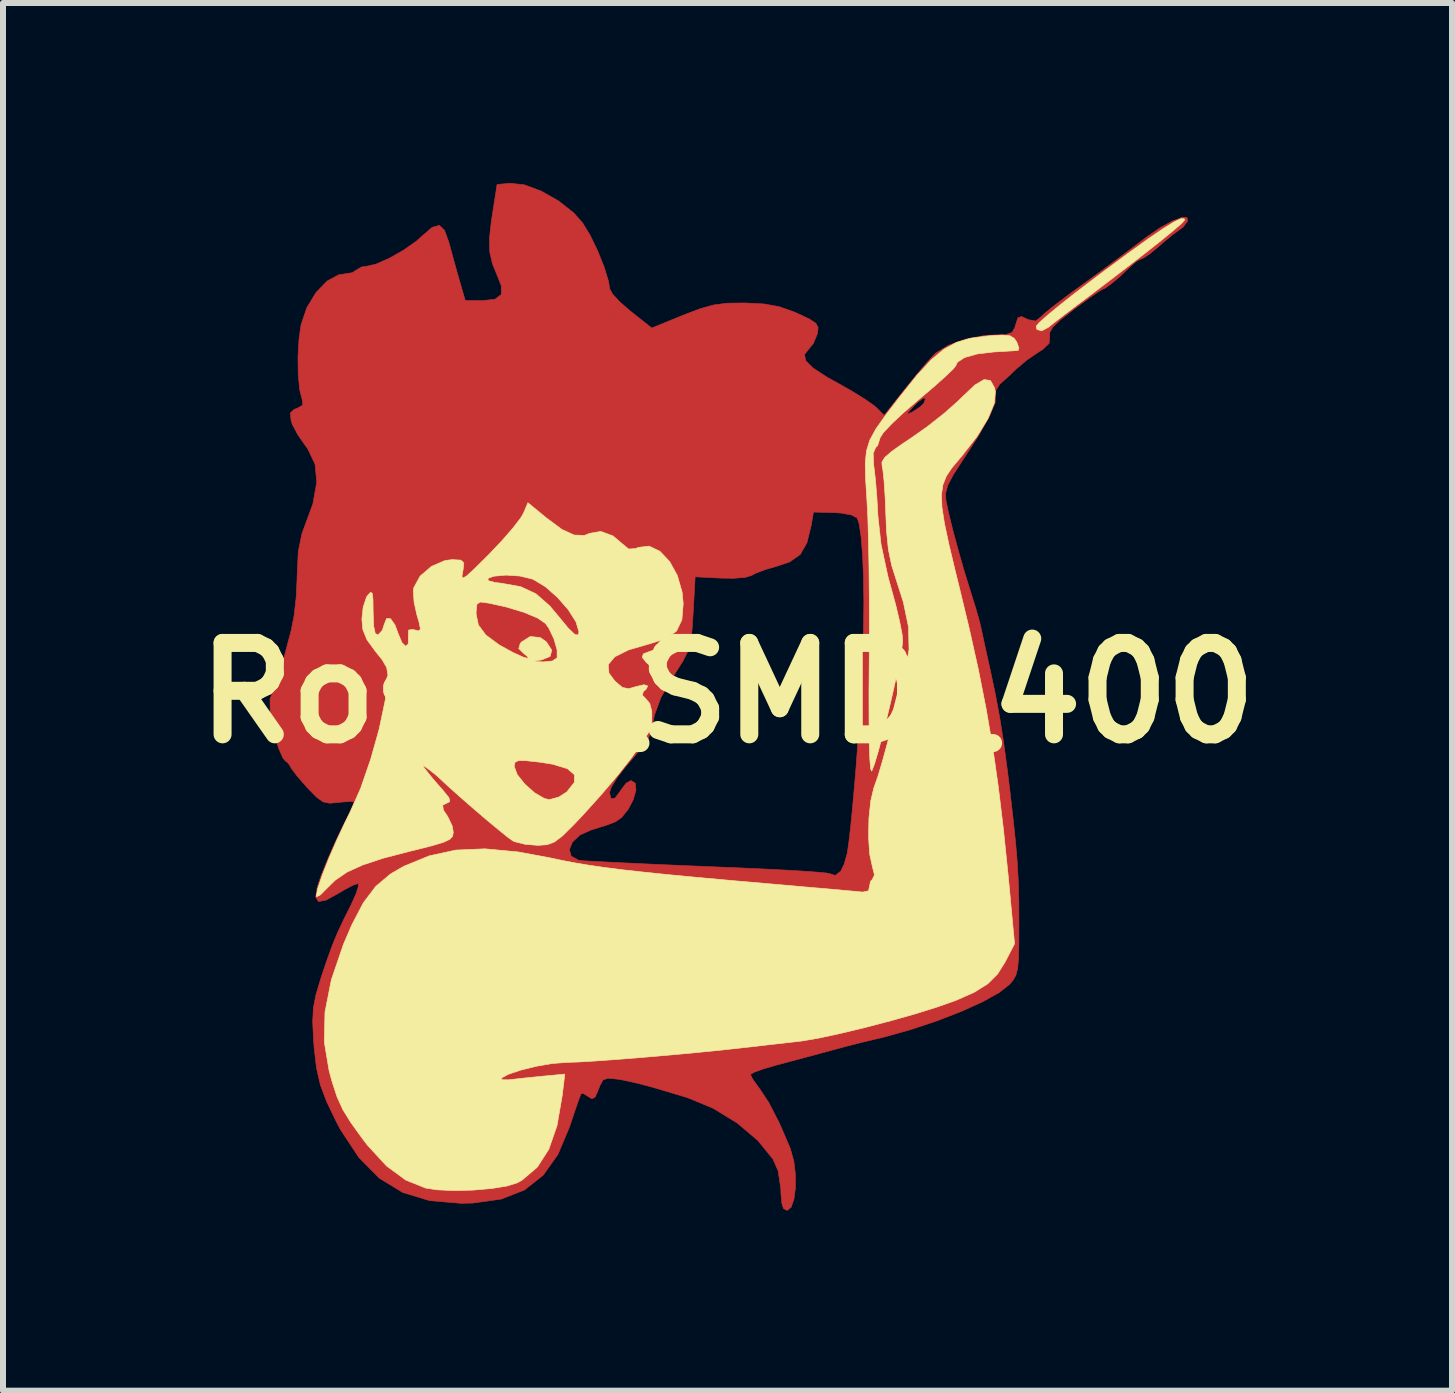
<source format=kicad_pcb>
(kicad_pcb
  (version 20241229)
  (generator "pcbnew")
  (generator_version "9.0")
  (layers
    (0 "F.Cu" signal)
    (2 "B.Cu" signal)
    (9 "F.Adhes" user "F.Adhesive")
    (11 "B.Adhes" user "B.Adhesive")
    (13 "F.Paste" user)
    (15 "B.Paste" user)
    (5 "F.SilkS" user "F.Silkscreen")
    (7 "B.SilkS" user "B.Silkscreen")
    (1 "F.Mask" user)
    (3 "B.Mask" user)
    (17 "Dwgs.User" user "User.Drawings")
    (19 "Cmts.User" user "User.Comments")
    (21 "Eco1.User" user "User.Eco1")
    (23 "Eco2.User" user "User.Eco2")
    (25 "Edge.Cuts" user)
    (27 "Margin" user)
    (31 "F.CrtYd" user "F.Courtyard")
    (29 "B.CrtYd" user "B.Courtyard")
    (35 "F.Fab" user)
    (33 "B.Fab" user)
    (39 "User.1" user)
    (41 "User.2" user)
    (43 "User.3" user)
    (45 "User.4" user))
  (footprint "Rosie_SMD_400"
    (layer "F.Cu")
    (at 9.079 8.503)
    (property "Reference" "Rosie_SMD_400" (at 0 0 0) (layer "F.SilkS") (effects (font (size 1.524 1.524) (thickness 0.3))))
    (attr through_hole)
    (fp_poly (pts (xy -3.387 -8.472) (xy -3.106 -8.367) (xy -2.82 -8.205) (xy -2.568 -8.007) (xy -2.416 -7.837) (xy -2.29 -7.629) (xy -2.164 -7.368) (xy -2.056 -7.098) (xy -1.984 -6.861) (xy -1.965 -6.737) (xy -1.916 -6.649) (xy -1.791 -6.515) (xy -1.617 -6.364) (xy -1.612 -6.36) (xy -1.263 -6.084) (xy -0.743 -6.297) (xy -0.457 -6.406) (xy -0.23 -6.469) (xy -0.006 -6.498) (xy 0.27 -6.502) (xy 0.286 -6.502) (xy 0.606 -6.486) (xy 0.858 -6.441) (xy 1.103 -6.355) (xy 1.166 -6.328) (xy 1.367 -6.233) (xy 1.473 -6.163) (xy 1.51 -6.092) (xy 1.499 -5.997) (xy 1.496 -5.985) (xy 1.431 -5.828) (xy 1.356 -5.736) (xy 1.283 -5.643) (xy 1.304 -5.539) (xy 1.427 -5.416) (xy 1.658 -5.265) (xy 1.825 -5.173) (xy 2.072 -5.033) (xy 2.289 -4.899) (xy 2.442 -4.792) (xy 2.479 -4.76) (xy 2.611 -4.628) (xy 2.627 -4.648) (xy 3 -4.648) (xy 3.072 -4.68) (xy 3.092 -4.691) (xy 3.217 -4.773) (xy 3.273 -4.831) (xy 3.304 -4.912) (xy 3.262 -4.915) (xy 3.169 -4.847) (xy 3.106 -4.785) (xy 3.011 -4.678) (xy 3 -4.648) (xy 2.627 -4.648) (xy 2.979 -5.092) (xy 3.156 -5.311) (xy 3.317 -5.501) (xy 3.437 -5.633) (xy 3.47 -5.666) (xy 3.683 -5.797) (xy 3.972 -5.9) (xy 4.289 -5.96) (xy 4.452 -5.969) (xy 4.641 -5.976) (xy 4.74 -6.009) (xy 4.788 -6.086) (xy 4.8 -6.128) (xy 4.841 -6.254) (xy 4.902 -6.276) (xy 5.014 -6.224) (xy 5.137 -6.201) (xy 5.208 -6.256) (xy 5.292 -6.333) (xy 5.452 -6.462) (xy 5.662 -6.621) (xy 5.791 -6.716) (xy 6.065 -6.914) (xy 6.279 -7.07) (xy 6.472 -7.213) (xy 6.684 -7.372) (xy 6.954 -7.576) (xy 6.985 -7.6) (xy 7.205 -7.751) (xy 7.405 -7.862) (xy 7.563 -7.924) (xy 7.658 -7.928) (xy 7.672 -7.872) (xy 7.598 -7.771) (xy 7.531 -7.72) (xy 7.416 -7.637) (xy 7.259 -7.507) (xy 7.189 -7.445) (xy 7.043 -7.324) (xy 6.932 -7.25) (xy 6.9 -7.239) (xy 6.818 -7.198) (xy 6.703 -7.098) (xy 6.701 -7.096) (xy 6.55 -6.951) (xy 6.401 -6.825) (xy 6.288 -6.745) (xy 6.253 -6.731) (xy 6.191 -6.695) (xy 6.053 -6.601) (xy 5.864 -6.464) (xy 5.779 -6.401) (xy 5.558 -6.228) (xy 5.427 -6.104) (xy 5.371 -6.01) (xy 5.371 -5.94) (xy 5.362 -5.83) (xy 5.259 -5.73) (xy 5.194 -5.689) (xy 4.998 -5.557) (xy 4.818 -5.406) (xy 4.816 -5.404) (xy 4.673 -5.268) (xy 4.55 -5.159) (xy 4.542 -5.153) (xy 4.472 -5.046) (xy 4.472 -4.975) (xy 4.462 -4.842) (xy 4.369 -4.618) (xy 4.193 -4.304) (xy 3.935 -3.903) (xy 3.922 -3.883) (xy 3.764 -3.639) (xy 3.673 -3.466) (xy 3.636 -3.334) (xy 3.64 -3.216) (xy 3.683 -3.009) (xy 3.755 -2.717) (xy 3.847 -2.377) (xy 3.948 -2.024) (xy 4.05 -1.695) (xy 4.06 -1.663) (xy 4.132 -1.433) (xy 4.19 -1.234) (xy 4.218 -1.123) (xy 4.244 -1.002) (xy 4.289 -0.793) (xy 4.347 -0.53) (xy 4.38 -0.381) (xy 4.465 0.02) (xy 4.537 0.407) (xy 4.602 0.818) (xy 4.666 1.295) (xy 4.702 1.587) (xy 4.759 2.079) (xy 4.801 2.479) (xy 4.83 2.82) (xy 4.847 3.135) (xy 4.856 3.459) (xy 4.858 3.824) (xy 4.858 3.852) (xy 4.857 4.194) (xy 4.851 4.433) (xy 4.836 4.595) (xy 4.808 4.704) (xy 4.764 4.784) (xy 4.699 4.86) (xy 4.699 4.86) (xy 4.528 4.995) (xy 4.256 5.146) (xy 3.906 5.305) (xy 3.503 5.462) (xy 3.07 5.607) (xy 2.63 5.731) (xy 2.413 5.783) (xy 2.241 5.824) (xy 1.997 5.886) (xy 1.732 5.957) (xy 1.714 5.962) (xy 1.405 6.046) (xy 1.069 6.136) (xy 0.81 6.205) (xy 0.598 6.267) (xy 0.445 6.322) (xy 0.381 6.36) (xy 0.381 6.361) (xy 0.417 6.434) (xy 0.506 6.559) (xy 0.525 6.583) (xy 0.686 6.826) (xy 0.863 7.168) (xy 1.043 7.586) (xy 1.046 7.595) (xy 1.105 7.802) (xy 1.132 8.029) (xy 1.132 8.25) (xy 1.107 8.44) (xy 1.06 8.573) (xy 0.994 8.626) (xy 0.933 8.595) (xy 0.906 8.51) (xy 0.891 8.347) (xy 0.889 8.268) (xy 0.844 7.968) (xy 0.758 7.772) (xy 0.506 7.461) (xy 0.162 7.17) (xy -0.24 6.924) (xy -0.665 6.747) (xy -0.699 6.737) (xy -0.897 6.678) (xy -1.138 6.606) (xy -1.238 6.576) (xy -1.485 6.51) (xy -1.734 6.455) (xy -1.817 6.44) (xy -1.985 6.422) (xy -2.074 6.449) (xy -2.128 6.546) (xy -2.15 6.605) (xy -2.207 6.737) (xy -2.262 6.765) (xy -2.319 6.73) (xy -2.407 6.675) (xy -2.438 6.674) (xy -2.466 6.742) (xy -2.523 6.902) (xy -2.598 7.125) (xy -2.636 7.239) (xy -2.828 7.694) (xy -3.074 8.04) (xy -3.386 8.286) (xy -3.775 8.438) (xy -4.251 8.504) (xy -4.441 8.508) (xy -4.964 8.464) (xy -5.415 8.327) (xy -5.805 8.089) (xy -6.146 7.744) (xy -6.45 7.284) (xy -6.524 7.144) (xy -6.684 6.811) (xy -6.789 6.531) (xy -6.853 6.249) (xy -6.892 5.913) (xy -6.902 5.777) (xy -6.916 5.479) (xy -6.904 5.248) (xy -6.86 5.024) (xy -6.777 4.748) (xy -6.771 4.729) (xy -6.668 4.424) (xy -6.583 4.193) (xy -6.499 3.99) (xy -6.395 3.769) (xy -6.28 3.54) (xy -6.196 3.355) (xy -6.153 3.223) (xy -6.161 3.175) (xy -6.249 3.207) (xy -6.399 3.287) (xy -6.484 3.338) (xy -6.693 3.453) (xy -6.818 3.477) (xy -6.866 3.405) (xy -6.839 3.233) (xy -6.771 3.033) (xy -6.656 2.749) (xy -6.595 2.611) (xy -2.637 2.611) (xy -2.606 2.721) (xy -2.483 2.788) (xy -2.413 2.797) (xy -2.1 2.814) (xy -1.8 2.829) (xy -1.486 2.844) (xy -1.134 2.86) (xy -0.718 2.878) (xy -0.213 2.899) (xy 0.085 2.911) (xy 0.52 2.93) (xy 0.912 2.95) (xy 1.243 2.969) (xy 1.496 2.987) (xy 1.654 3.002) (xy 1.699 3.011) (xy 1.798 3.042) (xy 1.889 2.969) (xy 1.944 2.855) (xy 1.993 2.684) (xy 1.997 2.667) (xy 2.02 2.509) (xy 2.05 2.254) (xy 2.082 1.934) (xy 2.114 1.58) (xy 2.144 1.221) (xy 2.168 0.89) (xy 2.181 0.667) (xy 2.19 0.49) (xy 2.205 0.218) (xy 2.222 -0.117) (xy 2.242 -0.483) (xy 2.25 -0.638) (xy 2.267 -1.075) (xy 2.273 -1.511) (xy 2.267 -1.925) (xy 2.252 -2.296) (xy 2.227 -2.6) (xy 2.195 -2.817) (xy 2.162 -2.916) (xy 2.07 -2.967) (xy 1.887 -3) (xy 1.773 -3.007) (xy 1.433 -3.016) (xy 1.395 -2.794) (xy 1.323 -2.503) (xy 1.212 -2.309) (xy 1.037 -2.186) (xy 0.83 -2.116) (xy 0.624 -2.056) (xy 0.463 -1.994) (xy 0.404 -1.961) (xy 0.298 -1.928) (xy 0.104 -1.912) (xy -0.109 -1.915) (xy -0.54 -1.937) (xy -0.573 -1.333) (xy -0.592 -1.048) (xy -0.618 -0.846) (xy -0.665 -0.687) (xy -0.746 -0.528) (xy -0.875 -0.325) (xy -0.901 -0.286) (xy -1.111 0.076) (xy -1.221 0.374) (xy -1.233 0.439) (xy -1.274 0.635) (xy -1.332 0.789) (xy -1.353 0.82) (xy -1.437 0.92) (xy -1.573 1.08) (xy -1.702 1.231) (xy -1.841 1.411) (xy -1.938 1.569) (xy -1.968 1.66) (xy -1.943 1.763) (xy -1.878 1.755) (xy -1.79 1.64) (xy -1.778 1.619) (xy -1.689 1.503) (xy -1.609 1.46) (xy -1.536 1.506) (xy -1.527 1.622) (xy -1.571 1.776) (xy -1.655 1.938) (xy -1.767 2.076) (xy -1.868 2.147) (xy -2.015 2.203) (xy -2.212 2.265) (xy -2.26 2.278) (xy -2.457 2.365) (xy -2.585 2.484) (xy -2.637 2.611) (xy -6.595 2.611) (xy -6.516 2.435) (xy -6.422 2.239) (xy -6.323 2.04) (xy -6.252 1.889) (xy -6.223 1.818) (xy -6.223 1.818) (xy -6.279 1.808) (xy -6.419 1.817) (xy -6.485 1.825) (xy -6.633 1.838) (xy -6.742 1.815) (xy -6.851 1.737) (xy -7 1.585) (xy -7.025 1.558) (xy -7.168 1.394) (xy -7.268 1.263) (xy -7.303 1.199) (xy -7.351 1.144) (xy -7.363 1.143) (xy -7.41 1.087) (xy -7.476 0.94) (xy -7.546 0.736) (xy -7.624 0.383) (xy -7.627 0.101) (xy -7.555 -0.093) (xy -7.551 -0.098) (xy -7.504 -0.198) (xy -7.451 -0.366) (xy -7.438 -0.415) (xy -7.386 -0.622) (xy -7.318 -0.88) (xy -7.276 -1.035) (xy -7.227 -1.283) (xy -7.191 -1.595) (xy -7.176 -1.908) (xy -7.176 -1.942) (xy -7.156 -2.356) (xy -7.096 -2.655) (xy -7.073 -2.717) (xy -6.913 -3.151) (xy -6.848 -3.513) (xy -6.877 -3.816) (xy -7 -4.074) (xy -7.034 -4.119) (xy -7.162 -4.302) (xy -7.255 -4.477) (xy -7.275 -4.537) (xy -7.289 -4.667) (xy -7.224 -4.729) (xy -7.18 -4.743) (xy -7.082 -4.798) (xy -7.089 -4.882) (xy -7.132 -5.052) (xy -7.157 -5.305) (xy -7.161 -5.601) (xy -7.144 -5.898) (xy -7.11 -6.139) (xy -7.013 -6.424) (xy -6.861 -6.675) (xy -6.675 -6.867) (xy -6.479 -6.973) (xy -6.393 -6.985) (xy -6.256 -7.007) (xy -6.191 -7.049) (xy -6.102 -7.102) (xy -6.027 -7.112) (xy -5.862 -7.149) (xy -5.641 -7.246) (xy -5.403 -7.381) (xy -5.189 -7.531) (xy -5.093 -7.617) (xy -4.924 -7.762) (xy -4.804 -7.796) (xy -4.718 -7.713) (xy -4.645 -7.51) (xy -4.645 -7.509) (xy -4.577 -7.259) (xy -4.499 -6.98) (xy -4.469 -6.874) (xy -4.372 -6.541) (xy -4.089 -6.541) (xy -3.875 -6.564) (xy -3.772 -6.643) (xy -3.772 -6.789) (xy -3.83 -6.938) (xy -3.919 -7.155) (xy -3.964 -7.354) (xy -3.969 -7.58) (xy -3.936 -7.875) (xy -3.921 -7.969) (xy -3.842 -8.477) (xy -3.626 -8.498) (xy -3.387 -8.472)) (stroke (width 0.01) (type solid)) (fill yes) (layer "F.Cu"))
    (fp_poly (pts (xy 6.668 -7.017) (xy 6.636 -6.985) (xy 6.604 -7.017) (xy 6.636 -7.048) (xy 6.668 -7.017)) (stroke (width 0.01) (type solid)) (fill yes) (layer "F.Mask"))
    (fp_poly (pts (xy 7.239 -7.461) (xy 7.207 -7.429) (xy 7.176 -7.461) (xy 7.207 -7.493) (xy 7.239 -7.461)) (stroke (width 0.01) (type solid)) (fill yes) (layer "F.Mask"))
    (fp_poly (pts (xy -1.387 -6.126) (xy -1.306 -6.031) (xy -1.31 -5.925) (xy -1.397 -5.798) (xy -1.538 -5.748) (xy -1.65 -5.778) (xy -1.709 -5.876) (xy -1.695 -6.008) (xy -1.622 -6.115) (xy -1.556 -6.144) (xy -1.387 -6.126)) (stroke (width 0.01) (type solid)) (fill yes) (layer "F.Mask"))
    (fp_poly (pts (xy -2.988 -5.617) (xy -2.945 -5.529) (xy -3.019 -5.41) (xy -3.045 -5.387) (xy -3.2 -5.292) (xy -3.315 -5.279) (xy -3.365 -5.35) (xy -3.365 -5.361) (xy -3.325 -5.549) (xy -3.207 -5.643) (xy -3.14 -5.652) (xy -2.988 -5.617)) (stroke (width 0.01) (type solid)) (fill yes) (layer "F.Mask"))
    (fp_poly (pts (xy -6.588 -1.796) (xy -6.49 -1.714) (xy -6.422 -1.601) (xy -6.413 -1.551) (xy -6.455 -1.474) (xy -6.544 -1.47) (xy -6.629 -1.534) (xy -6.648 -1.572) (xy -6.693 -1.688) (xy -6.71 -1.726) (xy -6.69 -1.794) (xy -6.674 -1.806) (xy -6.588 -1.796)) (stroke (width 0.01) (type solid)) (fill yes) (layer "F.Mask"))
    (fp_poly (pts (xy -4.302 -6.107) (xy -4.258 -6.006) (xy -4.255 -5.946) (xy -4.305 -5.778) (xy -4.428 -5.674) (xy -4.586 -5.649) (xy -4.736 -5.719) (xy -4.764 -5.748) (xy -4.819 -5.835) (xy -4.819 -5.864) (xy -4.573 -6.037) (xy -4.404 -6.117) (xy -4.302 -6.107)) (stroke (width 0.01) (type solid)) (fill yes) (layer "F.Mask"))
    (fp_poly (pts (xy -2.773 -7.925) (xy -2.662 -7.816) (xy -2.627 -7.658) (xy -2.667 -7.524) (xy -2.798 -7.341) (xy -2.928 -7.285) (xy -3.061 -7.354) (xy -3.107 -7.406) (xy -3.221 -7.609) (xy -3.213 -7.775) (xy -3.104 -7.897) (xy -2.93 -7.961) (xy -2.773 -7.925)) (stroke (width 0.01) (type solid)) (fill yes) (layer "F.Mask"))
    (fp_poly (pts (xy 1.134 -5.881) (xy 1.167 -5.796) (xy 1.119 -5.629) (xy 1.109 -5.603) (xy 1.037 -5.451) (xy 0.979 -5.41) (xy 0.908 -5.473) (xy 0.864 -5.534) (xy 0.81 -5.69) (xy 0.851 -5.826) (xy 0.969 -5.901) (xy 1.014 -5.905) (xy 1.134 -5.881)) (stroke (width 0.01) (type solid)) (fill yes) (layer "F.Mask"))
    (fp_poly (pts (xy -6.313 -3.796) (xy -6.158 -3.676) (xy -6.122 -3.522) (xy -6.209 -3.35) (xy -6.228 -3.328) (xy -6.372 -3.204) (xy -6.485 -3.191) (xy -6.592 -3.287) (xy -6.606 -3.305) (xy -6.679 -3.482) (xy -6.664 -3.647) (xy -6.579 -3.771) (xy -6.442 -3.824) (xy -6.313 -3.796)) (stroke (width 0.01) (type solid)) (fill yes) (layer "F.Mask"))
    (fp_poly (pts (xy -5.797 -4.657) (xy -5.676 -4.548) (xy -5.654 -4.398) (xy -5.743 -4.236) (xy -5.794 -4.187) (xy -5.957 -4.083) (xy -6.078 -4.085) (xy -6.144 -4.143) (xy -6.253 -4.341) (xy -6.266 -4.516) (xy -6.189 -4.644) (xy -6.027 -4.699) (xy -6.007 -4.699) (xy -5.797 -4.657)) (stroke (width 0.01) (type solid)) (fill yes) (layer "F.Mask"))
    (fp_poly (pts (xy -5.464 -3.946) (xy -5.354 -3.817) (xy -5.31 -3.657) (xy -5.334 -3.555) (xy -5.448 -3.454) (xy -5.612 -3.421) (xy -5.776 -3.452) (xy -5.888 -3.548) (xy -5.899 -3.572) (xy -5.903 -3.741) (xy -5.818 -3.895) (xy -5.674 -3.989) (xy -5.611 -3.999) (xy -5.464 -3.946)) (stroke (width 0.01) (type solid)) (fill yes) (layer "F.Mask"))
    (fp_poly (pts (xy -4.724 -4.462) (xy -4.699 -4.442) (xy -4.54 -4.316) (xy -4.731 -4.158) (xy -4.917 -4.033) (xy -5.053 -4.016) (xy -5.157 -4.109) (xy -5.192 -4.175) (xy -5.238 -4.307) (xy -5.203 -4.395) (xy -5.129 -4.458) (xy -4.985 -4.549) (xy -4.868 -4.551) (xy -4.724 -4.462)) (stroke (width 0.01) (type solid)) (fill yes) (layer "F.Mask"))
    (fp_poly (pts (xy -3.702 -5.258) (xy -3.631 -5.212) (xy -3.619 -5.151) (xy -3.674 -5.026) (xy -3.809 -4.91) (xy -3.979 -4.836) (xy -4.062 -4.826) (xy -4.17 -4.87) (xy -4.191 -4.948) (xy -4.164 -5.142) (xy -4.068 -5.241) (xy -3.878 -5.27) (xy -3.867 -5.271) (xy -3.702 -5.258)) (stroke (width 0.01) (type solid)) (fill yes) (layer "F.Mask"))
    (fp_poly (pts (xy -3.623 -8.075) (xy -3.594 -8.033) (xy -3.526 -7.908) (xy -3.537 -7.811) (xy -3.594 -7.715) (xy -3.72 -7.583) (xy -3.841 -7.564) (xy -3.895 -7.599) (xy -3.926 -7.688) (xy -3.937 -7.816) (xy -3.912 -8.043) (xy -3.843 -8.167) (xy -3.743 -8.18) (xy -3.623 -8.075)) (stroke (width 0.01) (type solid)) (fill yes) (layer "F.Mask"))
    (fp_poly (pts (xy -5.504 -5.35) (xy -5.474 -5.321) (xy -5.404 -5.182) (xy -5.414 -5.022) (xy -5.489 -4.888) (xy -5.615 -4.826) (xy -5.628 -4.826) (xy -5.733 -4.867) (xy -5.805 -4.925) (xy -5.863 -5.002) (xy -5.85 -5.083) (xy -5.766 -5.211) (xy -5.655 -5.347) (xy -5.579 -5.39) (xy -5.504 -5.35)) (stroke (width 0.01) (type solid)) (fill yes) (layer "F.Mask"))
    (fp_poly (pts (xy -4.717 -5.367) (xy -4.57 -5.272) (xy -4.513 -5.195) (xy -4.454 -5.065) (xy -4.472 -4.974) (xy -4.536 -4.894) (xy -4.645 -4.797) (xy -4.76 -4.777) (xy -4.899 -4.805) (xy -4.981 -4.883) (xy -5.031 -5.032) (xy -5.041 -5.197) (xy -4.999 -5.321) (xy -4.875 -5.388) (xy -4.717 -5.367)) (stroke (width 0.01) (type solid)) (fill yes) (layer "F.Mask"))
    (fp_poly (pts (xy -0.378 -6.341) (xy -0.289 -6.291) (xy -0.302 -6.209) (xy -0.383 -6.087) (xy -0.396 -6.071) (xy -0.503 -5.967) (xy -0.589 -5.949) (xy -0.714 -6.005) (xy -0.837 -6.089) (xy -0.889 -6.158) (xy -0.889 -6.159) (xy -0.833 -6.243) (xy -0.698 -6.309) (xy -0.531 -6.345) (xy -0.378 -6.341)) (stroke (width 0.01) (type solid)) (fill yes) (layer "F.Mask"))
    (fp_poly (pts (xy -2.357 -6.258) (xy -2.256 -6.198) (xy -2.127 -6.058) (xy -2.088 -5.892) (xy -2.138 -5.74) (xy -2.258 -5.65) (xy -2.381 -5.604) (xy -2.447 -5.599) (xy -2.52 -5.635) (xy -2.556 -5.657) (xy -2.645 -5.773) (xy -2.661 -5.942) (xy -2.604 -6.112) (xy -2.542 -6.19) (xy -2.443 -6.264) (xy -2.357 -6.258)) (stroke (width 0.01) (type solid)) (fill yes) (layer "F.Mask"))
    (fp_poly (pts (xy -2.267 -7.094) (xy -2.177 -7.003) (xy -2.107 -6.841) (xy -2.073 -6.662) (xy -2.091 -6.521) (xy -2.105 -6.497) (xy -2.219 -6.432) (xy -2.372 -6.414) (xy -2.492 -6.45) (xy -2.498 -6.456) (xy -2.536 -6.564) (xy -2.536 -6.735) (xy -2.502 -6.91) (xy -2.454 -7.015) (xy -2.343 -7.096) (xy -2.267 -7.094)) (stroke (width 0.01) (type solid)) (fill yes) (layer "F.Mask"))
    (fp_poly (pts (xy -0.623 -5.821) (xy -0.534 -5.753) (xy -0.532 -5.75) (xy -0.538 -5.63) (xy -0.606 -5.478) (xy -0.705 -5.344) (xy -0.806 -5.276) (xy -0.823 -5.274) (xy -0.947 -5.311) (xy -1.064 -5.377) (xy -1.186 -5.501) (xy -1.183 -5.625) (xy -1.09 -5.737) (xy -0.951 -5.811) (xy -0.778 -5.84) (xy -0.623 -5.821)) (stroke (width 0.01) (type solid)) (fill yes) (layer "F.Mask"))
    (fp_poly (pts (xy 0.322 -6.12) (xy 0.368 -6.083) (xy 0.44 -5.933) (xy 0.428 -5.75) (xy 0.342 -5.593) (xy 0.303 -5.56) (xy 0.164 -5.477) (xy 0.063 -5.483) (xy -0.055 -5.58) (xy -0.064 -5.588) (xy -0.159 -5.724) (xy -0.191 -5.837) (xy -0.137 -6) (xy -0.006 -6.113) (xy 0.161 -6.159) (xy 0.322 -6.12)) (stroke (width 0.01) (type solid)) (fill yes) (layer "F.Mask"))
    (fp_poly (pts (xy -6.24 -3.003) (xy -6.105 -2.897) (xy -6 -2.772) (xy -5.969 -2.689) (xy -6.009 -2.608) (xy -6.097 -2.507) (xy -6.188 -2.433) (xy -6.228 -2.422) (xy -6.305 -2.44) (xy -6.384 -2.456) (xy -6.52 -2.528) (xy -6.594 -2.611) (xy -6.641 -2.729) (xy -6.604 -2.847) (xy -6.575 -2.895) (xy -6.464 -3.007) (xy -6.36 -3.048) (xy -6.24 -3.003)) (stroke (width 0.01) (type solid)) (fill yes) (layer "F.Mask"))
    (fp_poly (pts (xy -3.027 -6.962) (xy -2.87 -6.871) (xy -2.806 -6.725) (xy -2.842 -6.565) (xy -2.928 -6.47) (xy -3.079 -6.384) (xy -3.204 -6.351) (xy -3.285 -6.335) (xy -3.254 -6.276) (xy -3.251 -6.274) (xy -3.186 -6.148) (xy -3.175 -6.074) (xy -3.229 -5.926) (xy -3.362 -5.824) (xy -3.53 -5.784) (xy -3.686 -5.821) (xy -3.744 -5.87) (xy -3.805 -6.029) (xy -3.759 -6.196) (xy -3.619 -6.333) (xy -3.588 -6.35) (xy -3.451 -6.446) (xy -3.401 -6.58) (xy -3.397 -6.661) (xy -3.356 -6.862) (xy -3.236 -6.965) (xy -3.041 -6.965) (xy -3.027 -6.962)) (stroke (width 0.01) (type solid)) (fill yes) (layer "F.Mask"))
    (fp_poly (pts (xy -1.014 -0.659) (xy -1.075 -0.546) (xy -1.127 -0.494) (xy -1.221 -0.432) (xy -1.302 -0.462) (xy -1.354 -0.509) (xy -1.423 -0.595) (xy -1.403 -0.652) (xy -1.279 -0.7) (xy -1.191 -0.723) (xy -1.054 -0.725) (xy -1.014 -0.659)) (stroke (width 0.01) (type solid)) (fill yes) (layer "F.SilkS"))
    (fp_poly (pts (xy 7.613 -7.906) (xy 7.62 -7.884) (xy 7.57 -7.828) (xy 7.425 -7.703) (xy 7.194 -7.515) (xy 6.884 -7.271) (xy 6.502 -6.977) (xy 6.057 -6.638) (xy 5.784 -6.433) (xy 5.594 -6.289) (xy 5.439 -6.169) (xy 5.353 -6.099) (xy 5.237 -6.037) (xy 5.158 -6.061) (xy 5.145 -6.112) (xy 5.194 -6.172) (xy 5.331 -6.294) (xy 5.541 -6.467) (xy 5.809 -6.679) (xy 6.121 -6.916) (xy 6.249 -7.013) (xy 6.677 -7.329) (xy 7.014 -7.572) (xy 7.268 -7.745) (xy 7.447 -7.856) (xy 7.559 -7.907) (xy 7.613 -7.906)) (stroke (width 0.01) (type solid)) (fill yes) (layer "F.SilkS"))
    (fp_poly (pts (xy 4.706 -5.956) (xy 4.779 -5.913) (xy 4.822 -5.85) (xy 4.859 -5.747) (xy 4.844 -5.71) (xy 4.758 -5.704) (xy 4.587 -5.694) (xy 4.438 -5.685) (xy 4.161 -5.652) (xy 3.951 -5.592) (xy 3.83 -5.513) (xy 3.81 -5.463) (xy 3.764 -5.403) (xy 3.637 -5.281) (xy 3.448 -5.112) (xy 3.216 -4.915) (xy 3.175 -4.88) (xy 2.93 -4.669) (xy 2.731 -4.482) (xy 2.595 -4.336) (xy 2.54 -4.249) (xy 2.54 -4.245) (xy 2.503 -4.126) (xy 2.469 -4.091) (xy 2.428 -3.993) (xy 2.438 -3.785) (xy 2.443 -3.754) (xy 2.467 -3.543) (xy 2.49 -3.262) (xy 2.506 -2.972) (xy 2.507 -2.953) (xy 2.559 -2.477) (xy 2.677 -1.931) (xy 2.724 -1.761) (xy 2.805 -1.464) (xy 2.869 -1.192) (xy 2.91 -0.981) (xy 2.921 -0.88) (xy 2.907 -0.747) (xy 2.867 -0.526) (xy 2.809 -0.244) (xy 2.738 0.073) (xy 2.661 0.4) (xy 2.583 0.712) (xy 2.511 0.981) (xy 2.45 1.184) (xy 2.408 1.293) (xy 2.402 1.302) (xy 2.385 1.26) (xy 2.372 1.098) (xy 2.363 0.824) (xy 2.359 0.446) (xy 2.358 -0.03) (xy 2.362 -0.508) (xy 2.365 -1.035) (xy 2.364 -1.568) (xy 2.359 -2.078) (xy 2.35 -2.541) (xy 2.339 -2.93) (xy 2.324 -3.216) (xy 2.302 -3.565) (xy 2.296 -3.827) (xy 2.316 -4.034) (xy 2.372 -4.216) (xy 2.474 -4.403) (xy 2.633 -4.628) (xy 2.857 -4.92) (xy 2.883 -4.953) (xy 3.161 -5.3) (xy 3.395 -5.554) (xy 3.607 -5.731) (xy 3.819 -5.846) (xy 4.054 -5.915) (xy 4.334 -5.952) (xy 4.357 -5.954) (xy 4.577 -5.967) (xy 4.706 -5.956)) (stroke (width 0.01) (type solid)) (fill yes) (layer "F.SilkS"))
    (fp_poly (pts (xy 4.383 -5.21) (xy 4.45 -5.091) (xy 4.465 -5.028) (xy 4.448 -4.833) (xy 4.342 -4.575) (xy 4.157 -4.273) (xy 3.901 -3.944) (xy 3.861 -3.897) (xy 3.737 -3.749) (xy 3.647 -3.612) (xy 3.59 -3.47) (xy 3.566 -3.303) (xy 3.575 -3.093) (xy 3.617 -2.823) (xy 3.692 -2.472) (xy 3.799 -2.024) (xy 3.846 -1.836) (xy 4.029 -1.077) (xy 4.182 -0.39) (xy 4.31 0.257) (xy 4.419 0.894) (xy 4.513 1.553) (xy 4.599 2.266) (xy 4.681 3.065) (xy 4.707 3.344) (xy 4.785 4.181) (xy 4.627 4.487) (xy 4.501 4.687) (xy 4.338 4.849) (xy 4.113 4.99) (xy 3.805 5.126) (xy 3.493 5.236) (xy 3.132 5.349) (xy 2.724 5.464) (xy 2.301 5.575) (xy 1.895 5.673) (xy 1.537 5.751) (xy 1.26 5.799) (xy 1.206 5.806) (xy 0.97 5.833) (xy 0.668 5.867) (xy 0.359 5.903) (xy 0.318 5.907) (xy -0.061 5.949) (xy -0.487 5.992) (xy -0.938 6.034) (xy -1.388 6.073) (xy -1.812 6.107) (xy -2.186 6.134) (xy -2.485 6.152) (xy -2.684 6.159) (xy -2.693 6.16) (xy -2.922 6.177) (xy -3.187 6.223) (xy -3.446 6.287) (xy -3.657 6.358) (xy -3.773 6.422) (xy -3.758 6.448) (xy -3.649 6.449) (xy -3.614 6.445) (xy -3.42 6.423) (xy -3.175 6.398) (xy -3.055 6.386) (xy -2.713 6.354) (xy -2.756 6.712) (xy -2.843 7.214) (xy -2.98 7.608) (xy -3.171 7.905) (xy -3.422 8.119) (xy -3.504 8.166) (xy -3.678 8.22) (xy -3.938 8.262) (xy -4.246 8.288) (xy -4.56 8.296) (xy -4.842 8.283) (xy -5.032 8.254) (xy -5.366 8.12) (xy -5.685 7.885) (xy -6.004 7.538) (xy -6.086 7.431) (xy -6.279 7.163) (xy -6.413 6.946) (xy -6.51 6.733) (xy -6.593 6.478) (xy -6.642 6.299) (xy -6.722 5.821) (xy -6.711 5.32) (xy -6.605 4.782) (xy -6.403 4.19) (xy -6.262 3.863) (xy -6.07 3.496) (xy -5.864 3.224) (xy -5.618 3.017) (xy -5.397 2.889) (xy -4.975 2.716) (xy -4.531 2.619) (xy -4.044 2.598) (xy -3.49 2.65) (xy -2.992 2.742) (xy -2.771 2.789) (xy -2.551 2.831) (xy -2.32 2.87) (xy -2.065 2.907) (xy -1.773 2.945) (xy -1.43 2.983) (xy -1.024 3.025) (xy -0.541 3.071) (xy 0.031 3.123) (xy 0.707 3.182) (xy 1.333 3.237) (xy 1.649 3.264) (xy 1.926 3.289) (xy 2.137 3.308) (xy 2.252 3.319) (xy 2.254 3.319) (xy 2.352 3.298) (xy 2.362 3.244) (xy 2.385 3.138) (xy 2.412 3.112) (xy 2.45 3.033) (xy 2.415 2.896) (xy 2.37 2.688) (xy 2.351 2.405) (xy 2.357 2.094) (xy 2.387 1.803) (xy 2.439 1.581) (xy 2.447 1.561) (xy 2.504 1.399) (xy 2.578 1.153) (xy 2.658 0.863) (xy 2.705 0.68) (xy 2.785 0.358) (xy 2.866 0.034) (xy 2.936 -0.242) (xy 2.963 -0.349) (xy 3.026 -0.725) (xy 3.017 -1.102) (xy 2.931 -1.516) (xy 2.827 -1.841) (xy 2.738 -2.121) (xy 2.682 -2.389) (xy 2.651 -2.696) (xy 2.639 -2.985) (xy 2.627 -3.275) (xy 2.61 -3.529) (xy 2.591 -3.711) (xy 2.578 -3.778) (xy 2.573 -3.848) (xy 2.62 -3.925) (xy 2.735 -4.026) (xy 2.935 -4.167) (xy 3.061 -4.25) (xy 3.337 -4.445) (xy 3.616 -4.665) (xy 3.849 -4.872) (xy 3.912 -4.934) (xy 4.123 -5.134) (xy 4.277 -5.225) (xy 4.383 -5.21)) (stroke (width 0.01) (type solid)) (fill yes) (layer "F.SilkS"))
    (fp_poly (pts (xy -3.021 -2.919) (xy -2.762 -2.727) (xy -2.557 -2.633) (xy -2.387 -2.627) (xy -2.296 -2.662) (xy -2.111 -2.693) (xy -1.909 -2.618) (xy -1.756 -2.488) (xy -1.648 -2.4) (xy -1.533 -2.408) (xy -1.484 -2.428) (xy -1.306 -2.448) (xy -1.127 -2.362) (xy -0.965 -2.191) (xy -0.836 -1.957) (xy -0.757 -1.679) (xy -0.739 -1.491) (xy -0.761 -1.219) (xy -0.85 -1.032) (xy -1.025 -0.907) (xy -1.291 -0.822) (xy -1.647 -0.719) (xy -1.879 -0.604) (xy -1.988 -0.475) (xy -1.977 -0.331) (xy -1.876 -0.196) (xy -1.753 -0.092) (xy -1.647 -0.071) (xy -1.524 -0.107) (xy -1.391 -0.138) (xy -1.33 -0.116) (xy -1.363 -0.056) (xy -1.401 -0.029) (xy -1.421 0.035) (xy -1.373 0.085) (xy -1.297 0.173) (xy -1.263 0.305) (xy -1.262 0.521) (xy -1.262 0.521) (xy -1.308 0.645) (xy -1.43 0.842) (xy -1.613 1.096) (xy -1.846 1.391) (xy -2.116 1.708) (xy -2.408 2.032) (xy -2.574 2.207) (xy -2.752 2.383) (xy -2.884 2.483) (xy -3.005 2.529) (xy -3.154 2.54) (xy -3.167 2.54) (xy -3.373 2.523) (xy -3.546 2.48) (xy -3.576 2.467) (xy -3.663 2.405) (xy -3.82 2.278) (xy -4.024 2.109) (xy -4.249 1.916) (xy -4.471 1.722) (xy -4.667 1.547) (xy -4.811 1.412) (xy -4.826 1.397) (xy -4.897 1.338) (xy -4.985 1.27) (xy -5.049 1.224) (xy -3.556 1.224) (xy -3.506 1.361) (xy -3.38 1.519) (xy -3.217 1.664) (xy -3.054 1.759) (xy -2.971 1.778) (xy -2.812 1.735) (xy -2.679 1.649) (xy -2.555 1.492) (xy -2.551 1.364) (xy -2.668 1.263) (xy -2.908 1.189) (xy -3.136 1.153) (xy -3.36 1.129) (xy -3.486 1.128) (xy -3.542 1.154) (xy -3.556 1.213) (xy -3.556 1.224) (xy -5.049 1.224) (xy -5.072 1.208) (xy -5.067 1.233) (xy -5.016 1.301) (xy -4.91 1.433) (xy -4.771 1.592) (xy -4.747 1.619) (xy -4.644 1.746) (xy -4.63 1.811) (xy -4.667 1.83) (xy -4.749 1.87) (xy -4.737 1.952) (xy -4.665 2.06) (xy -4.59 2.217) (xy -4.572 2.324) (xy -4.583 2.388) (xy -4.63 2.44) (xy -4.733 2.488) (xy -4.914 2.543) (xy -5.192 2.614) (xy -5.285 2.636) (xy -5.736 2.753) (xy -6.081 2.867) (xy -6.343 2.986) (xy -6.542 3.122) (xy -6.682 3.26) (xy -6.786 3.365) (xy -6.849 3.397) (xy -6.856 3.383) (xy -6.831 3.258) (xy -6.76 3.046) (xy -6.653 2.774) (xy -6.521 2.468) (xy -6.375 2.155) (xy -6.292 1.987) (xy -6.115 1.585) (xy -5.949 1.105) (xy -5.807 0.599) (xy -5.706 0.117) (xy -5.675 -0.092) (xy -5.66 -0.287) (xy -5.682 -0.423) (xy -5.759 -0.556) (xy -5.867 -0.69) (xy -6.011 -0.887) (xy -6.08 -1.057) (xy -6.096 -1.232) (xy -6.074 -1.432) (xy -6.02 -1.595) (xy -6.003 -1.623) (xy -5.952 -1.678) (xy -5.924 -1.664) (xy -5.911 -1.562) (xy -5.908 -1.352) (xy -5.908 -1.344) (xy -5.899 -1.113) (xy -5.873 -0.992) (xy -5.827 -0.968) (xy -5.826 -0.968) (xy -5.755 -1.045) (xy -5.726 -1.136) (xy -5.684 -1.242) (xy -5.618 -1.238) (xy -5.544 -1.134) (xy -5.491 -0.991) (xy -5.428 -0.839) (xy -5.365 -0.779) (xy -5.323 -0.817) (xy -5.321 -0.942) (xy -5.318 -1.048) (xy -5.248 -1.06) (xy -5.216 -1.051) (xy -5.144 -1.035) (xy -5.12 -1.067) (xy -5.141 -1.174) (xy -5.18 -1.307) (xy -5.181 -1.312) (xy -4.191 -1.312) (xy -4.153 -1.132) (xy -4.029 -0.966) (xy -3.806 -0.801) (xy -3.575 -0.674) (xy -3.408 -0.598) (xy -3.324 -0.575) (xy -3.335 -0.608) (xy -3.399 -0.66) (xy -3.48 -0.741) (xy -3.456 -0.823) (xy -3.435 -0.85) (xy -3.288 -0.942) (xy -3.12 -0.923) (xy -3.021 -0.853) (xy -2.93 -0.714) (xy -2.957 -0.61) (xy -3.096 -0.553) (xy -3.205 -0.535) (xy -3.199 -0.525) (xy -3.07 -0.518) (xy -3.069 -0.518) (xy -2.921 -0.533) (xy -2.842 -0.585) (xy -2.841 -0.587) (xy -2.842 -0.721) (xy -2.895 -0.905) (xy -2.981 -1.084) (xy -3.036 -1.16) (xy -3.167 -1.25) (xy -3.395 -1.345) (xy -3.689 -1.434) (xy -3.974 -1.497) (xy -4.118 -1.517) (xy -4.178 -1.481) (xy -4.191 -1.356) (xy -4.191 -1.312) (xy -5.181 -1.312) (xy -5.226 -1.516) (xy -5.238 -1.699) (xy -5.231 -1.754) (xy -5.166 -1.874) (xy -3.994 -1.874) (xy -3.874 -1.842) (xy -3.767 -1.829) (xy -3.449 -1.772) (xy -3.196 -1.655) (xy -2.966 -1.454) (xy -2.829 -1.291) (xy -2.657 -1.082) (xy -2.546 -0.976) (xy -2.488 -0.967) (xy -2.477 -1.019) (xy -2.526 -1.185) (xy -2.654 -1.387) (xy -2.834 -1.593) (xy -3.037 -1.772) (xy -3.236 -1.892) (xy -3.259 -1.901) (xy -3.462 -1.95) (xy -3.692 -1.965) (xy -3.894 -1.947) (xy -3.99 -1.913) (xy -3.994 -1.874) (xy -5.166 -1.874) (xy -5.125 -1.948) (xy -4.937 -2.11) (xy -4.711 -2.208) (xy -4.594 -2.223) (xy -4.447 -2.215) (xy -4.396 -2.17) (xy -4.409 -2.051) (xy -4.415 -2.023) (xy -4.428 -1.943) (xy -4.411 -1.916) (xy -4.35 -1.95) (xy -4.234 -2.056) (xy -4.047 -2.241) (xy -3.967 -2.321) (xy -3.758 -2.542) (xy -3.578 -2.749) (xy -3.45 -2.915) (xy -3.402 -2.996) (xy -3.328 -3.172) (xy -3.021 -2.919)) (stroke (width 0.01) (type solid)) (fill yes) (layer "F.SilkS")))
  (gr_rect
    (start -3 -3)
    (end 21.157 20.134)
    (stroke (width 0.1) (type default))
    (fill no)
    (layer "Edge.Cuts")))
</source>
